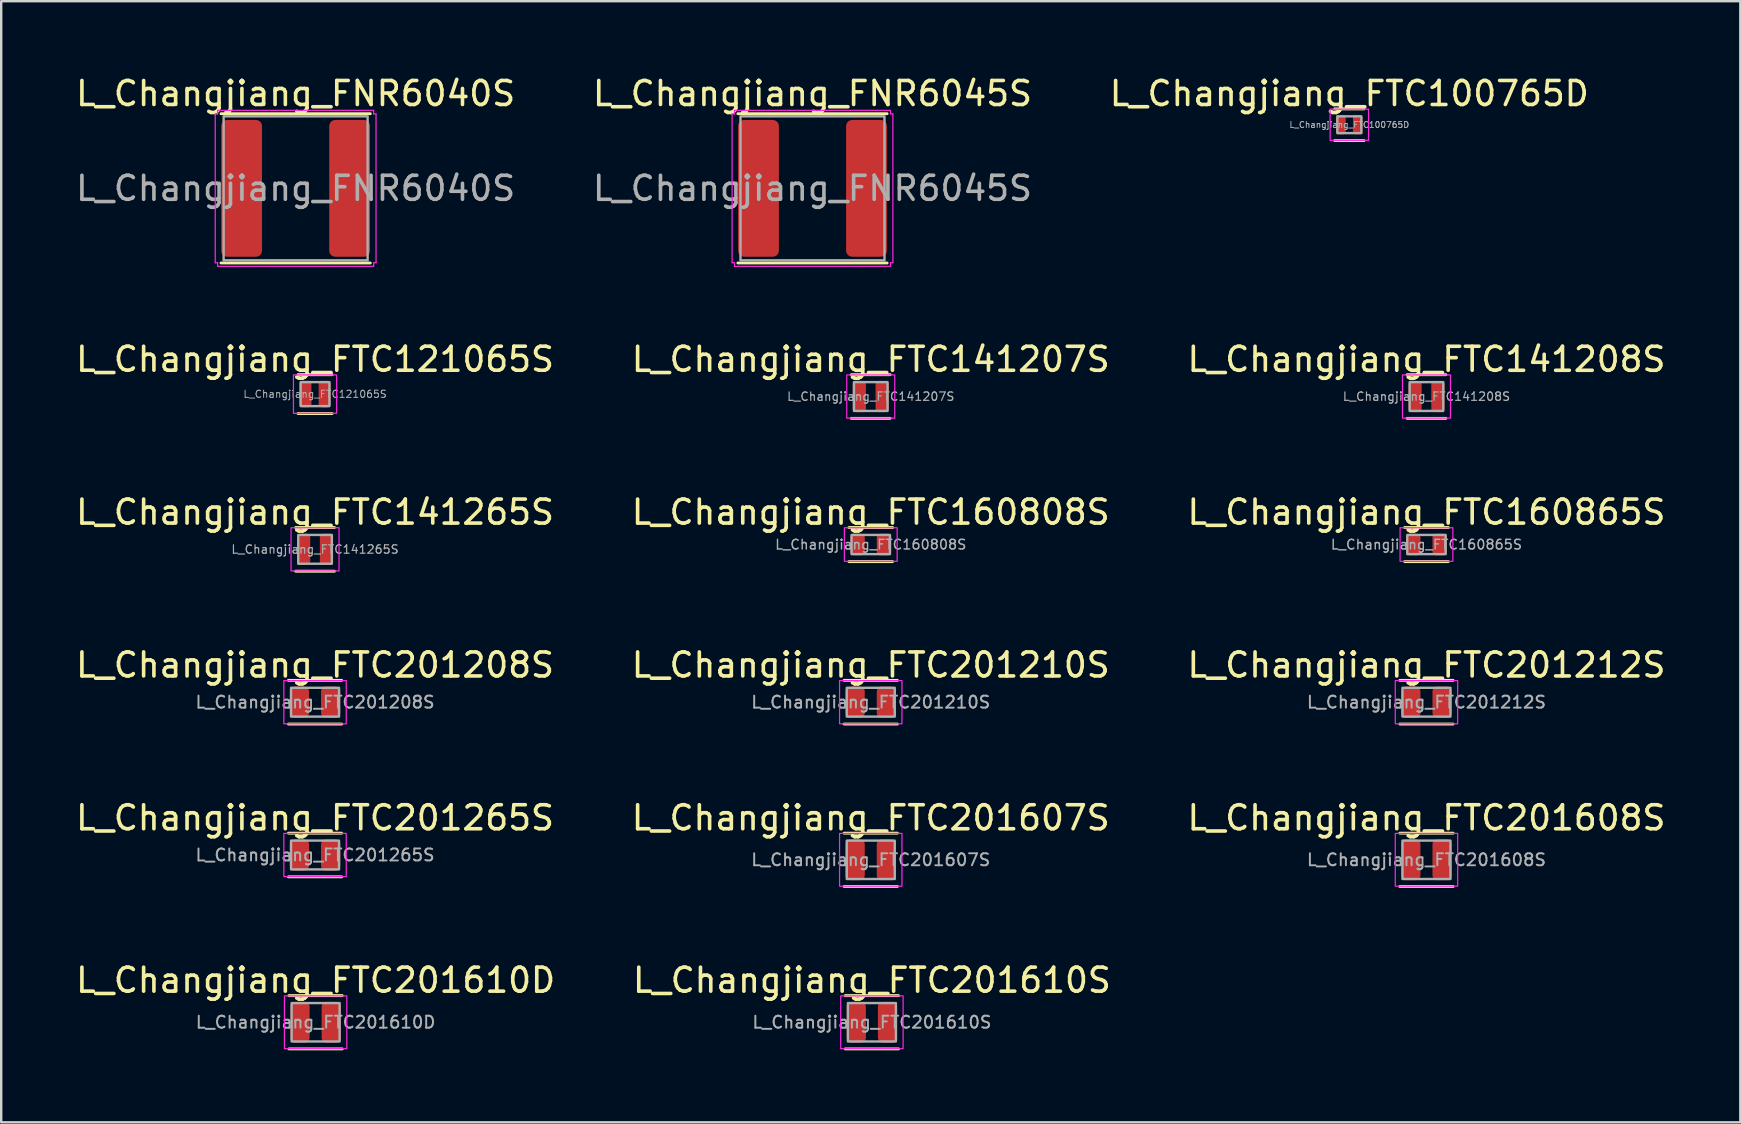
<source format=kicad_pcb>
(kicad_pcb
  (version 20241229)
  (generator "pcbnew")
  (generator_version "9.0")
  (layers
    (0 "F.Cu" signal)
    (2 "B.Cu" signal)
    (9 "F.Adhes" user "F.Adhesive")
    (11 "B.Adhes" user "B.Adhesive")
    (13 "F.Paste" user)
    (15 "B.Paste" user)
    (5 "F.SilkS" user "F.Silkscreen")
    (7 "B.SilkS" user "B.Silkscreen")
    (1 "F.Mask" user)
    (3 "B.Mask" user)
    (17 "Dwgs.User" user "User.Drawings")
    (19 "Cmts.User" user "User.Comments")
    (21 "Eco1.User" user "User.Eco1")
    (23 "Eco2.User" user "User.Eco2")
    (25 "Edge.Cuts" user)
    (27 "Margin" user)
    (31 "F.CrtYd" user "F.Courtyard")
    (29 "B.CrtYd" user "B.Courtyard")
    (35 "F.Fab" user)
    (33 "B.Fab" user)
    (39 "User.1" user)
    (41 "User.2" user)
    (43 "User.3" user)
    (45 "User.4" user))
  (footprint "L_Changjiang_FTC141208S"
    (layer "F.Cu")
    (at 56.387 13.472)
    (property "Reference" "L_Changjiang_FTC141208S" (at 0 -1.55 0) (layer "F.SilkS") (effects (font (size 1 1) (thickness 0.15))))
    (attr smd)
    (fp_line (start -0.81 -0.91) (end 0.81 -0.91) (stroke (width 0.12) (type solid)) (layer "F.SilkS"))
    (fp_line (start 0.81 0.91) (end -0.81 0.91) (stroke (width 0.12) (type solid)) (layer "F.SilkS"))
    (fp_rect (start -1 -0.9) (end 1 0.9) (stroke (width 0.05) (type solid)) (fill no) (layer "F.CrtYd"))
    (fp_rect (start -0.7 -0.6) (end 0.7 0.6) (stroke (width 0.1) (type solid)) (fill no) (layer "F.Fab"))
    (fp_text user "${REFERENCE}" (at 0 0 0) (layer "F.Fab") (effects (font (size 0.35 0.35) (thickness 0.05))))
    (pad "1" smd roundrect (at -0.475 0) (size 0.55 1.3) (layers "F.Cu" "F.Mask" "F.Paste") (roundrect_rratio 0.25))
    (pad "2" smd roundrect (at 0.475 0) (size 0.55 1.3) (layers "F.Cu" "F.Mask" "F.Paste") (roundrect_rratio 0.25)))
  (footprint "L_Changjiang_FTC201610S"
    (layer "F.Cu")
    (at 33.28 39.544)
    (property "Reference" "L_Changjiang_FTC201610S" (at 0 -1.75 0) (layer "F.SilkS") (effects (font (size 1 1) (thickness 0.15))))
    (attr smd)
    (fp_line (start -1.11 -1.11) (end 1.11 -1.11) (stroke (width 0.12) (type solid)) (layer "F.SilkS"))
    (fp_line (start 1.11 1.11) (end -1.11 1.11) (stroke (width 0.12) (type solid)) (layer "F.SilkS"))
    (fp_rect (start -1.3 -1.1) (end 1.3 1.1) (stroke (width 0.05) (type solid)) (fill no) (layer "F.CrtYd"))
    (fp_rect (start -1 -0.8) (end 1 0.8) (stroke (width 0.1) (type solid)) (fill no) (layer "F.Fab"))
    (fp_text user "${REFERENCE}" (at 0 0 0) (layer "F.Fab") (effects (font (size 0.5 0.5) (thickness 0.08))))
    (pad "1" smd roundrect (at -0.65 0) (size 0.8 1.7) (layers "F.Cu" "F.Mask" "F.Paste") (roundrect_rratio 0.25))
    (pad "2" smd roundrect (at 0.65 0) (size 0.8 1.7) (layers "F.Cu" "F.Mask" "F.Paste") (roundrect_rratio 0.25)))
  (footprint "L_Changjiang_FTC160808S"
    (layer "F.Cu")
    (at 33.232 19.64)
    (property "Reference" "L_Changjiang_FTC160808S" (at 0 -1.35 0) (layer "F.SilkS") (effects (font (size 1 1) (thickness 0.15))))
    (attr smd)
    (fp_line (start -0.91 -0.71) (end 0.91 -0.71) (stroke (width 0.12) (type solid)) (layer "F.SilkS"))
    (fp_line (start 0.91 0.71) (end -0.91 0.71) (stroke (width 0.12) (type solid)) (layer "F.SilkS"))
    (fp_rect (start -1.1 -0.7) (end 1.1 0.7) (stroke (width 0.05) (type solid)) (fill no) (layer "F.CrtYd"))
    (fp_rect (start -0.8 -0.4) (end 0.8 0.4) (stroke (width 0.1) (type solid)) (fill no) (layer "F.Fab"))
    (fp_text user "${REFERENCE}" (at 0 0 0) (layer "F.Fab") (effects (font (size 0.4 0.4) (thickness 0.06))))
    (pad "1" smd roundrect (at -0.55 0) (size 0.6 0.9) (layers "F.Cu" "F.Mask" "F.Paste") (roundrect_rratio 0.25))
    (pad "2" smd roundrect (at 0.55 0) (size 0.6 0.9) (layers "F.Cu" "F.Mask" "F.Paste") (roundrect_rratio 0.25)))
  (footprint "L_Changjiang_FNR6040S"
    (layer "F.Cu")
    (at 9.268 4.798)
    (property "Reference" "L_Changjiang_FNR6040S" (at 0 -3.95 0) (layer "F.SilkS") (effects (font (size 1 1) (thickness 0.15))))
    (attr smd)
    (fp_line (start -3.11 -3.11) (end 3.11 -3.11) (stroke (width 0.12) (type solid)) (layer "F.SilkS"))
    (fp_line (start 3.11 3.11) (end -3.11 3.11) (stroke (width 0.12) (type solid)) (layer "F.SilkS"))
    (fp_line (start -3.35 -3.1) (end -3.25 -3.1) (stroke (width 0.05) (type solid)) (layer "F.CrtYd"))
    (fp_line (start -3.35 3.1) (end -3.35 -3.1) (stroke (width 0.05) (type solid)) (layer "F.CrtYd"))
    (fp_line (start -3.25 -3.25) (end 3.25 -3.25) (stroke (width 0.05) (type solid)) (layer "F.CrtYd"))
    (fp_line (start -3.25 -3.1) (end -3.25 -3.25) (stroke (width 0.05) (type solid)) (layer "F.CrtYd"))
    (fp_line (start -3.25 3.1) (end -3.35 3.1) (stroke (width 0.05) (type solid)) (layer "F.CrtYd"))
    (fp_line (start -3.25 3.25) (end -3.25 3.1) (stroke (width 0.05) (type solid)) (layer "F.CrtYd"))
    (fp_line (start 3.25 -3.25) (end 3.25 -3.1) (stroke (width 0.05) (type solid)) (layer "F.CrtYd"))
    (fp_line (start 3.25 -3.1) (end 3.35 -3.1) (stroke (width 0.05) (type solid)) (layer "F.CrtYd"))
    (fp_line (start 3.25 3.1) (end 3.25 3.25) (stroke (width 0.05) (type solid)) (layer "F.CrtYd"))
    (fp_line (start 3.25 3.25) (end -3.25 3.25) (stroke (width 0.05) (type solid)) (layer "F.CrtYd"))
    (fp_line (start 3.35 -3.1) (end 3.35 3.1) (stroke (width 0.05) (type solid)) (layer "F.CrtYd"))
    (fp_line (start 3.35 3.1) (end 3.25 3.1) (stroke (width 0.05) (type solid)) (layer "F.CrtYd"))
    (fp_rect (start -3 -3) (end 3 3) (stroke (width 0.1) (type solid)) (fill no) (layer "F.Fab"))
    (fp_text user "${REFERENCE}" (at 0 0 0) (layer "F.Fab") (effects (font (size 1 1) (thickness 0.15))))
    (pad "1" smd roundrect (at -2.25 0) (size 1.7 5.7) (layers "F.Cu" "F.Mask" "F.Paste") (roundrect_rratio 0.147))
    (pad "2" smd roundrect (at 2.25 0) (size 1.7 5.7) (layers "F.Cu" "F.Mask" "F.Paste") (roundrect_rratio 0.147)))
  (footprint "L_Changjiang_FTC201608S"
    (layer "F.Cu")
    (at 56.387 32.776)
    (property "Reference" "L_Changjiang_FTC201608S" (at 0 -1.75 0) (layer "F.SilkS") (effects (font (size 1 1) (thickness 0.15))))
    (attr smd)
    (fp_line (start -1.11 -1.11) (end 1.11 -1.11) (stroke (width 0.12) (type solid)) (layer "F.SilkS"))
    (fp_line (start 1.11 1.11) (end -1.11 1.11) (stroke (width 0.12) (type solid)) (layer "F.SilkS"))
    (fp_rect (start -1.3 -1.1) (end 1.3 1.1) (stroke (width 0.05) (type solid)) (fill no) (layer "F.CrtYd"))
    (fp_rect (start -1 -0.8) (end 1 0.8) (stroke (width 0.1) (type solid)) (fill no) (layer "F.Fab"))
    (fp_text user "${REFERENCE}" (at 0 0 0) (layer "F.Fab") (effects (font (size 0.5 0.5) (thickness 0.08))))
    (pad "1" smd roundrect (at -0.65 0) (size 0.8 1.7) (layers "F.Cu" "F.Mask" "F.Paste") (roundrect_rratio 0.25))
    (pad "2" smd roundrect (at 0.65 0) (size 0.8 1.7) (layers "F.Cu" "F.Mask" "F.Paste") (roundrect_rratio 0.25)))
  (footprint "L_Changjiang_FTC201208S"
    (layer "F.Cu")
    (at 10.077 26.208)
    (property "Reference" "L_Changjiang_FTC201208S" (at 0 -1.55 0) (layer "F.SilkS") (effects (font (size 1 1) (thickness 0.15))))
    (attr smd)
    (fp_line (start -1.11 -0.91) (end 1.11 -0.91) (stroke (width 0.12) (type solid)) (layer "F.SilkS"))
    (fp_line (start 1.11 0.91) (end -1.11 0.91) (stroke (width 0.12) (type solid)) (layer "F.SilkS"))
    (fp_rect (start -1.3 -0.9) (end 1.3 0.9) (stroke (width 0.05) (type solid)) (fill no) (layer "F.CrtYd"))
    (fp_rect (start -1 -0.6) (end 1 0.6) (stroke (width 0.1) (type solid)) (fill no) (layer "F.Fab"))
    (fp_text user "${REFERENCE}" (at 0 0 0) (layer "F.Fab") (effects (font (size 0.5 0.5) (thickness 0.08))))
    (pad "1" smd roundrect (at -0.65 0) (size 0.8 1.3) (layers "F.Cu" "F.Mask" "F.Paste") (roundrect_rratio 0.25))
    (pad "2" smd roundrect (at 0.65 0) (size 0.8 1.3) (layers "F.Cu" "F.Mask" "F.Paste") (roundrect_rratio 0.25)))
  (footprint "L_Changjiang_FTC121065S"
    (layer "F.Cu")
    (at 10.077 13.371)
    (property "Reference" "L_Changjiang_FTC121065S" (at 0 -1.45 0) (layer "F.SilkS") (effects (font (size 1 1) (thickness 0.15))))
    (attr smd)
    (fp_line (start -0.71 -0.81) (end 0.71 -0.81) (stroke (width 0.12) (type solid)) (layer "F.SilkS"))
    (fp_line (start 0.71 0.81) (end -0.71 0.81) (stroke (width 0.12) (type solid)) (layer "F.SilkS"))
    (fp_rect (start -0.9 -0.8) (end 0.9 0.8) (stroke (width 0.05) (type solid)) (fill no) (layer "F.CrtYd"))
    (fp_rect (start -0.6 -0.5) (end 0.6 0.5) (stroke (width 0.1) (type solid)) (fill no) (layer "F.Fab"))
    (fp_text user "${REFERENCE}" (at 0 0 0) (layer "F.Fab") (effects (font (size 0.3 0.3) (thickness 0.04))))
    (pad "1" smd roundrect (at -0.4 0) (size 0.5 1.1) (layers "F.Cu" "F.Mask" "F.Paste") (roundrect_rratio 0.25))
    (pad "2" smd roundrect (at 0.4 0) (size 0.5 1.1) (layers "F.Cu" "F.Mask" "F.Paste") (roundrect_rratio 0.25)))
  (footprint "L_Changjiang_FTC160865S"
    (layer "F.Cu")
    (at 56.387 19.64)
    (property "Reference" "L_Changjiang_FTC160865S" (at 0 -1.35 0) (layer "F.SilkS") (effects (font (size 1 1) (thickness 0.15))))
    (attr smd)
    (fp_line (start -0.91 -0.71) (end 0.91 -0.71) (stroke (width 0.12) (type solid)) (layer "F.SilkS"))
    (fp_line (start 0.91 0.71) (end -0.91 0.71) (stroke (width 0.12) (type solid)) (layer "F.SilkS"))
    (fp_rect (start -1.1 -0.7) (end 1.1 0.7) (stroke (width 0.05) (type solid)) (fill no) (layer "F.CrtYd"))
    (fp_rect (start -0.8 -0.4) (end 0.8 0.4) (stroke (width 0.1) (type solid)) (fill no) (layer "F.Fab"))
    (fp_text user "${REFERENCE}" (at 0 0 0) (layer "F.Fab") (effects (font (size 0.4 0.4) (thickness 0.06))))
    (pad "1" smd roundrect (at -0.55 0) (size 0.6 0.9) (layers "F.Cu" "F.Mask" "F.Paste") (roundrect_rratio 0.25))
    (pad "2" smd roundrect (at 0.55 0) (size 0.6 0.9) (layers "F.Cu" "F.Mask" "F.Paste") (roundrect_rratio 0.25)))
  (footprint "L_Changjiang_FNR6045S"
    (layer "F.Cu")
    (at 30.804 4.798)
    (property "Reference" "L_Changjiang_FNR6045S" (at 0 -3.95 0) (layer "F.SilkS") (effects (font (size 1 1) (thickness 0.15))))
    (attr smd)
    (fp_line (start -3.11 -3.11) (end 3.11 -3.11) (stroke (width 0.12) (type solid)) (layer "F.SilkS"))
    (fp_line (start 3.11 3.11) (end -3.11 3.11) (stroke (width 0.12) (type solid)) (layer "F.SilkS"))
    (fp_line (start -3.35 -3.1) (end -3.25 -3.1) (stroke (width 0.05) (type solid)) (layer "F.CrtYd"))
    (fp_line (start -3.35 3.1) (end -3.35 -3.1) (stroke (width 0.05) (type solid)) (layer "F.CrtYd"))
    (fp_line (start -3.25 -3.25) (end 3.25 -3.25) (stroke (width 0.05) (type solid)) (layer "F.CrtYd"))
    (fp_line (start -3.25 -3.1) (end -3.25 -3.25) (stroke (width 0.05) (type solid)) (layer "F.CrtYd"))
    (fp_line (start -3.25 3.1) (end -3.35 3.1) (stroke (width 0.05) (type solid)) (layer "F.CrtYd"))
    (fp_line (start -3.25 3.25) (end -3.25 3.1) (stroke (width 0.05) (type solid)) (layer "F.CrtYd"))
    (fp_line (start 3.25 -3.25) (end 3.25 -3.1) (stroke (width 0.05) (type solid)) (layer "F.CrtYd"))
    (fp_line (start 3.25 -3.1) (end 3.35 -3.1) (stroke (width 0.05) (type solid)) (layer "F.CrtYd"))
    (fp_line (start 3.25 3.1) (end 3.25 3.25) (stroke (width 0.05) (type solid)) (layer "F.CrtYd"))
    (fp_line (start 3.25 3.25) (end -3.25 3.25) (stroke (width 0.05) (type solid)) (layer "F.CrtYd"))
    (fp_line (start 3.35 -3.1) (end 3.35 3.1) (stroke (width 0.05) (type solid)) (layer "F.CrtYd"))
    (fp_line (start 3.35 3.1) (end 3.25 3.1) (stroke (width 0.05) (type solid)) (layer "F.CrtYd"))
    (fp_rect (start -3 -3) (end 3 3) (stroke (width 0.1) (type solid)) (fill no) (layer "F.Fab"))
    (fp_text user "${REFERENCE}" (at 0 0 0) (layer "F.Fab") (effects (font (size 1 1) (thickness 0.15))))
    (pad "1" smd roundrect (at -2.25 0) (size 1.7 5.7) (layers "F.Cu" "F.Mask" "F.Paste") (roundrect_rratio 0.147))
    (pad "2" smd roundrect (at 2.25 0) (size 1.7 5.7) (layers "F.Cu" "F.Mask" "F.Paste") (roundrect_rratio 0.147)))
  (footprint "L_Changjiang_FTC141207S"
    (layer "F.Cu")
    (at 33.232 13.472)
    (property "Reference" "L_Changjiang_FTC141207S" (at 0 -1.55 0) (layer "F.SilkS") (effects (font (size 1 1) (thickness 0.15))))
    (attr smd)
    (fp_line (start -0.81 -0.91) (end 0.81 -0.91) (stroke (width 0.12) (type solid)) (layer "F.SilkS"))
    (fp_line (start 0.81 0.91) (end -0.81 0.91) (stroke (width 0.12) (type solid)) (layer "F.SilkS"))
    (fp_rect (start -1 -0.9) (end 1 0.9) (stroke (width 0.05) (type solid)) (fill no) (layer "F.CrtYd"))
    (fp_rect (start -0.7 -0.6) (end 0.7 0.6) (stroke (width 0.1) (type solid)) (fill no) (layer "F.Fab"))
    (fp_text user "${REFERENCE}" (at 0 0 0) (layer "F.Fab") (effects (font (size 0.35 0.35) (thickness 0.05))))
    (pad "1" smd roundrect (at -0.475 0) (size 0.55 1.3) (layers "F.Cu" "F.Mask" "F.Paste") (roundrect_rratio 0.25))
    (pad "2" smd roundrect (at 0.475 0) (size 0.55 1.3) (layers "F.Cu" "F.Mask" "F.Paste") (roundrect_rratio 0.25)))
  (footprint "L_Changjiang_FTC100765D"
    (layer "F.Cu")
    (at 53.173 2.148)
    (property "Reference" "L_Changjiang_FTC100765D" (at 0 -1.3 0) (layer "F.SilkS") (effects (font (size 1 1) (thickness 0.15))))
    (attr smd)
    (fp_line (start -0.61 -0.66) (end 0.61 -0.66) (stroke (width 0.12) (type solid)) (layer "F.SilkS"))
    (fp_line (start 0.61 0.66) (end -0.61 0.66) (stroke (width 0.12) (type solid)) (layer "F.SilkS"))
    (fp_rect (start -0.8 -0.65) (end 0.8 0.65) (stroke (width 0.05) (type solid)) (fill no) (layer "F.CrtYd"))
    (fp_rect (start -0.5 -0.35) (end 0.5 0.35) (stroke (width 0.1) (type solid)) (fill no) (layer "F.Fab"))
    (fp_text user "${REFERENCE}" (at 0 0 0) (layer "F.Fab") (effects (font (size 0.25 0.25) (thickness 0.04))))
    (pad "1" smd roundrect (at -0.35 0) (size 0.4 0.8) (layers "F.Cu" "F.Mask" "F.Paste") (roundrect_rratio 0.25))
    (pad "2" smd roundrect (at 0.35 0) (size 0.4 0.8) (layers "F.Cu" "F.Mask" "F.Paste") (roundrect_rratio 0.25)))
  (footprint "L_Changjiang_FTC201607S"
    (layer "F.Cu")
    (at 33.232 32.776)
    (property "Reference" "L_Changjiang_FTC201607S" (at 0 -1.75 0) (layer "F.SilkS") (effects (font (size 1 1) (thickness 0.15))))
    (attr smd)
    (fp_line (start -1.11 -1.11) (end 1.11 -1.11) (stroke (width 0.12) (type solid)) (layer "F.SilkS"))
    (fp_line (start 1.11 1.11) (end -1.11 1.11) (stroke (width 0.12) (type solid)) (layer "F.SilkS"))
    (fp_rect (start -1.3 -1.1) (end 1.3 1.1) (stroke (width 0.05) (type solid)) (fill no) (layer "F.CrtYd"))
    (fp_rect (start -1 -0.8) (end 1 0.8) (stroke (width 0.1) (type solid)) (fill no) (layer "F.Fab"))
    (fp_text user "${REFERENCE}" (at 0 0 0) (layer "F.Fab") (effects (font (size 0.5 0.5) (thickness 0.08))))
    (pad "1" smd roundrect (at -0.65 0) (size 0.8 1.7) (layers "F.Cu" "F.Mask" "F.Paste") (roundrect_rratio 0.25))
    (pad "2" smd roundrect (at 0.65 0) (size 0.8 1.7) (layers "F.Cu" "F.Mask" "F.Paste") (roundrect_rratio 0.25)))
  (footprint "L_Changjiang_FTC201610D"
    (layer "F.Cu")
    (at 10.101 39.544)
    (property "Reference" "L_Changjiang_FTC201610D" (at 0 -1.75 0) (layer "F.SilkS") (effects (font (size 1 1) (thickness 0.15))))
    (attr smd)
    (fp_line (start -1.11 -1.11) (end 1.11 -1.11) (stroke (width 0.12) (type solid)) (layer "F.SilkS"))
    (fp_line (start 1.11 1.11) (end -1.11 1.11) (stroke (width 0.12) (type solid)) (layer "F.SilkS"))
    (fp_rect (start -1.3 -1.1) (end 1.3 1.1) (stroke (width 0.05) (type solid)) (fill no) (layer "F.CrtYd"))
    (fp_rect (start -1 -0.8) (end 1 0.8) (stroke (width 0.1) (type solid)) (fill no) (layer "F.Fab"))
    (fp_text user "${REFERENCE}" (at 0 0 0) (layer "F.Fab") (effects (font (size 0.5 0.5) (thickness 0.08))))
    (pad "1" smd roundrect (at -0.65 0) (size 0.8 1.7) (layers "F.Cu" "F.Mask" "F.Paste") (roundrect_rratio 0.25))
    (pad "2" smd roundrect (at 0.65 0) (size 0.8 1.7) (layers "F.Cu" "F.Mask" "F.Paste") (roundrect_rratio 0.25)))
  (footprint "L_Changjiang_FTC201212S"
    (layer "F.Cu")
    (at 56.387 26.208)
    (property "Reference" "L_Changjiang_FTC201212S" (at 0 -1.55 0) (layer "F.SilkS") (effects (font (size 1 1) (thickness 0.15))))
    (attr smd)
    (fp_line (start -1.11 -0.91) (end 1.11 -0.91) (stroke (width 0.12) (type solid)) (layer "F.SilkS"))
    (fp_line (start 1.11 0.91) (end -1.11 0.91) (stroke (width 0.12) (type solid)) (layer "F.SilkS"))
    (fp_rect (start -1.3 -0.9) (end 1.3 0.9) (stroke (width 0.05) (type solid)) (fill no) (layer "F.CrtYd"))
    (fp_rect (start -1 -0.6) (end 1 0.6) (stroke (width 0.1) (type solid)) (fill no) (layer "F.Fab"))
    (fp_text user "${REFERENCE}" (at 0 0 0) (layer "F.Fab") (effects (font (size 0.5 0.5) (thickness 0.08))))
    (pad "1" smd roundrect (at -0.65 0) (size 0.8 1.3) (layers "F.Cu" "F.Mask" "F.Paste") (roundrect_rratio 0.25))
    (pad "2" smd roundrect (at 0.65 0) (size 0.8 1.3) (layers "F.Cu" "F.Mask" "F.Paste") (roundrect_rratio 0.25)))
  (footprint "L_Changjiang_FTC201265S"
    (layer "F.Cu")
    (at 10.077 32.576)
    (property "Reference" "L_Changjiang_FTC201265S" (at 0 -1.55 0) (layer "F.SilkS") (effects (font (size 1 1) (thickness 0.15))))
    (attr smd)
    (fp_line (start -1.11 -0.91) (end 1.11 -0.91) (stroke (width 0.12) (type solid)) (layer "F.SilkS"))
    (fp_line (start 1.11 0.91) (end -1.11 0.91) (stroke (width 0.12) (type solid)) (layer "F.SilkS"))
    (fp_rect (start -1.3 -0.9) (end 1.3 0.9) (stroke (width 0.05) (type solid)) (fill no) (layer "F.CrtYd"))
    (fp_rect (start -1 -0.6) (end 1 0.6) (stroke (width 0.1) (type solid)) (fill no) (layer "F.Fab"))
    (fp_text user "${REFERENCE}" (at 0 0 0) (layer "F.Fab") (effects (font (size 0.5 0.5) (thickness 0.08))))
    (pad "1" smd roundrect (at -0.65 0) (size 0.8 1.3) (layers "F.Cu" "F.Mask" "F.Paste") (roundrect_rratio 0.25))
    (pad "2" smd roundrect (at 0.65 0) (size 0.8 1.3) (layers "F.Cu" "F.Mask" "F.Paste") (roundrect_rratio 0.25)))
  (footprint "L_Changjiang_FTC201210S"
    (layer "F.Cu")
    (at 33.232 26.208)
    (property "Reference" "L_Changjiang_FTC201210S" (at 0 -1.55 0) (layer "F.SilkS") (effects (font (size 1 1) (thickness 0.15))))
    (attr smd)
    (fp_line (start -1.11 -0.91) (end 1.11 -0.91) (stroke (width 0.12) (type solid)) (layer "F.SilkS"))
    (fp_line (start 1.11 0.91) (end -1.11 0.91) (stroke (width 0.12) (type solid)) (layer "F.SilkS"))
    (fp_rect (start -1.3 -0.9) (end 1.3 0.9) (stroke (width 0.05) (type solid)) (fill no) (layer "F.CrtYd"))
    (fp_rect (start -1 -0.6) (end 1 0.6) (stroke (width 0.1) (type solid)) (fill no) (layer "F.Fab"))
    (fp_text user "${REFERENCE}" (at 0 0 0) (layer "F.Fab") (effects (font (size 0.5 0.5) (thickness 0.08))))
    (pad "1" smd roundrect (at -0.65 0) (size 0.8 1.3) (layers "F.Cu" "F.Mask" "F.Paste") (roundrect_rratio 0.25))
    (pad "2" smd roundrect (at 0.65 0) (size 0.8 1.3) (layers "F.Cu" "F.Mask" "F.Paste") (roundrect_rratio 0.25)))
  (footprint "L_Changjiang_FTC141265S"
    (layer "F.Cu")
    (at 10.077 19.84)
    (property "Reference" "L_Changjiang_FTC141265S" (at 0 -1.55 0) (layer "F.SilkS") (effects (font (size 1 1) (thickness 0.15))))
    (attr smd)
    (fp_line (start -0.81 -0.91) (end 0.81 -0.91) (stroke (width 0.12) (type solid)) (layer "F.SilkS"))
    (fp_line (start 0.81 0.91) (end -0.81 0.91) (stroke (width 0.12) (type solid)) (layer "F.SilkS"))
    (fp_rect (start -1 -0.9) (end 1 0.9) (stroke (width 0.05) (type solid)) (fill no) (layer "F.CrtYd"))
    (fp_rect (start -0.7 -0.6) (end 0.7 0.6) (stroke (width 0.1) (type solid)) (fill no) (layer "F.Fab"))
    (fp_text user "${REFERENCE}" (at 0 0 0) (layer "F.Fab") (effects (font (size 0.35 0.35) (thickness 0.05))))
    (pad "1" smd roundrect (at -0.475 0) (size 0.55 1.3) (layers "F.Cu" "F.Mask" "F.Paste") (roundrect_rratio 0.25))
    (pad "2" smd roundrect (at 0.475 0) (size 0.55 1.3) (layers "F.Cu" "F.Mask" "F.Paste") (roundrect_rratio 0.25)))
  (gr_rect
    (start -3 -3)
    (end 69.464 43.715)
    (stroke (width 0.1) (type default))
    (fill no)
    (layer "Edge.Cuts")))
</source>
